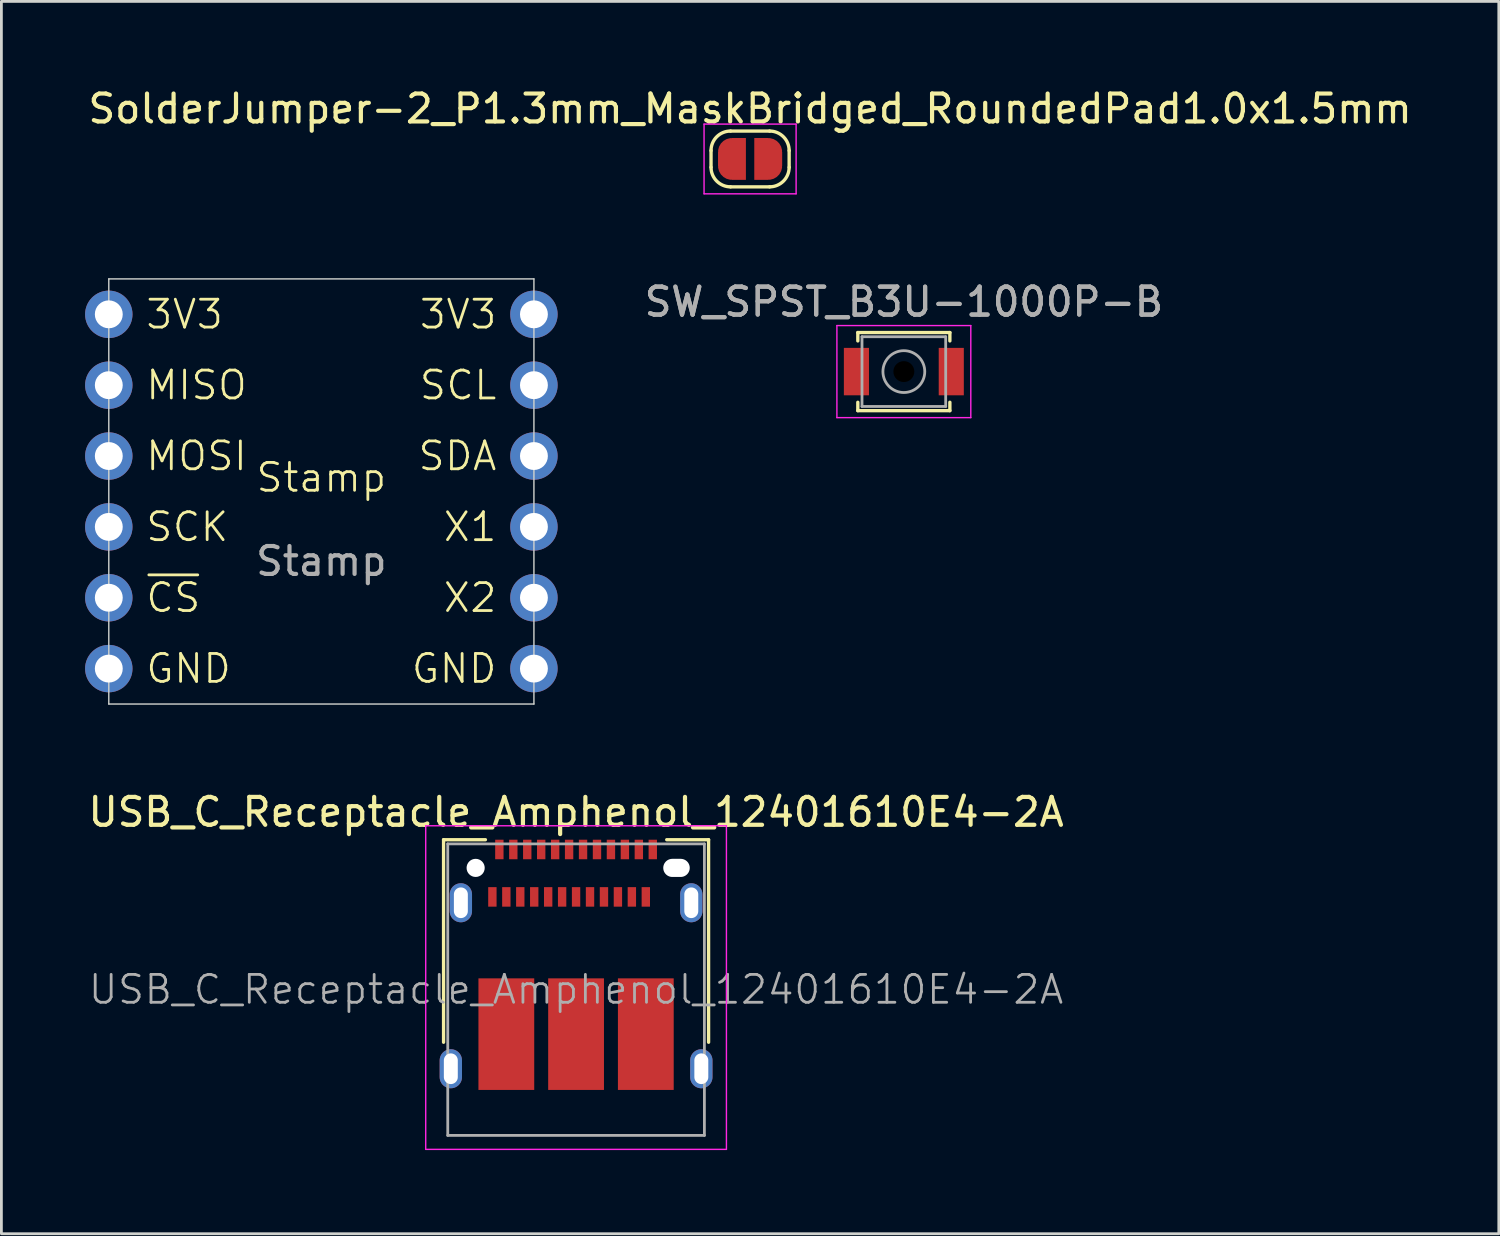
<source format=kicad_pcb>
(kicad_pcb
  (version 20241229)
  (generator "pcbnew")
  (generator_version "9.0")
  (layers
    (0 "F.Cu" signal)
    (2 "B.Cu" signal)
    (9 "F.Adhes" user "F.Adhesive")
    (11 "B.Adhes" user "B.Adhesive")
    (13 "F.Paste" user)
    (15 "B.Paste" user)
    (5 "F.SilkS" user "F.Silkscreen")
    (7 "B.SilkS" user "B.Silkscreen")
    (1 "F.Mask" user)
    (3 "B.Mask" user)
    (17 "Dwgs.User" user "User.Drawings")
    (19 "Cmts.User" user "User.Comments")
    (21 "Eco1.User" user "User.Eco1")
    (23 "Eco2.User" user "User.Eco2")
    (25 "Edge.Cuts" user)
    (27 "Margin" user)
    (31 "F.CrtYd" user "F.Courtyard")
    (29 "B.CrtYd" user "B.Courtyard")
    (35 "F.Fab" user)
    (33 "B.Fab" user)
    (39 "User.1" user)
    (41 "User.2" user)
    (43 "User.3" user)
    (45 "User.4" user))
  (footprint "Stamp"
    (layer "F.Cu")
    (at 8.47 14.568)
    (property "Reference" "Stamp" (at 0 -0.5 0) (unlocked yes) (layer "F.SilkS") (effects (font (size 1 1) (thickness 0.1))))
    (attr smd)
    (fp_line (start -7.62 -7.62) (end -7.62 7.62) (stroke (width 0.05) (type default)) (layer "Edge.Cuts"))
    (fp_line (start -7.62 7.62) (end 7.62 7.62) (stroke (width 0.05) (type default)) (layer "Edge.Cuts"))
    (fp_line (start 7.62 -7.62) (end -7.62 -7.62) (stroke (width 0.05) (type default)) (layer "Edge.Cuts"))
    (fp_line (start 7.62 7.62) (end 7.62 -7.62) (stroke (width 0.05) (type default)) (layer "Edge.Cuts"))
    (fp_text user "GND" (at -6.35 6.35 0) (unlocked yes) (layer "F.SilkS") (effects (font (size 1 1) (thickness 0.1)) (justify left)))
    (fp_text user "MISO" (at -6.35 -3.81 0) (unlocked yes) (layer "F.SilkS") (effects (font (size 1 1) (thickness 0.1)) (justify left)))
    (fp_text user "SCL" (at 6.35 -3.81 0) (unlocked yes) (layer "F.SilkS") (effects (font (size 1 1) (thickness 0.1)) (justify right)))
    (fp_text user "X2" (at 6.35 3.81 0) (unlocked yes) (layer "F.SilkS") (effects (font (size 1 1) (thickness 0.1)) (justify right)))
    (fp_text user "3V3" (at -6.35 -6.35 0) (unlocked yes) (layer "F.SilkS") (effects (font (size 1 1) (thickness 0.1)) (justify left)))
    (fp_text user "~{CS}" (at -6.35 3.81 0) (unlocked yes) (layer "F.SilkS") (effects (font (size 1 1) (thickness 0.1)) (justify left)))
    (fp_text user "SCK" (at -6.35 1.27 0) (unlocked yes) (layer "F.SilkS") (effects (font (size 1 1) (thickness 0.1)) (justify left)))
    (fp_text user "GND" (at 6.35 6.35 0) (unlocked yes) (layer "F.SilkS") (effects (font (size 1 1) (thickness 0.1)) (justify right)))
    (fp_text user "MOSI" (at -6.35 -1.27 0) (unlocked yes) (layer "F.SilkS") (effects (font (size 1 1) (thickness 0.1)) (justify left)))
    (fp_text user "X1" (at 6.35 1.27 0) (unlocked yes) (layer "F.SilkS") (effects (font (size 1 1) (thickness 0.1)) (justify right)))
    (fp_text user "SDA" (at 6.35 -1.27 0) (unlocked yes) (layer "F.SilkS") (effects (font (size 1 1) (thickness 0.1)) (justify right)))
    (fp_text user "3V3" (at 6.35 -6.35 0) (unlocked yes) (layer "F.SilkS") (effects (font (size 1 1) (thickness 0.1)) (justify right)))
    (fp_text user "${REFERENCE}" (at 0 2.5 0) (unlocked yes) (layer "F.Fab") (effects (font (size 1 1) (thickness 0.15))))
    (pad "1" thru_hole circle (at -7.62 -6.35) (size 1.7 1.7) (drill 1) (layers "*.Cu" "*.Mask"))
    (pad "2" thru_hole circle (at -7.62 -3.81) (size 1.7 1.7) (drill 1) (layers "*.Cu" "*.Mask"))
    (pad "3" thru_hole circle (at -7.62 -1.27) (size 1.7 1.7) (drill 1) (layers "*.Cu" "*.Mask"))
    (pad "4" thru_hole circle (at -7.62 1.27) (size 1.7 1.7) (drill 1) (layers "*.Cu" "*.Mask"))
    (pad "5" thru_hole circle (at -7.62 3.81) (size 1.7 1.7) (drill 1) (layers "*.Cu" "*.Mask"))
    (pad "6" thru_hole circle (at -7.62 6.35) (size 1.7 1.7) (drill 1) (layers "*.Cu" "*.Mask"))
    (pad "7" thru_hole circle (at 7.62 6.35) (size 1.7 1.7) (drill 1) (layers "*.Cu" "*.Mask"))
    (pad "8" thru_hole circle (at 7.62 3.81) (size 1.7 1.7) (drill 1) (layers "*.Cu" "*.Mask"))
    (pad "9" thru_hole circle (at 7.62 1.27) (size 1.7 1.7) (drill 1) (layers "*.Cu" "*.Mask"))
    (pad "10" thru_hole circle (at 7.62 -1.27) (size 1.7 1.7) (drill 1) (layers "*.Cu" "*.Mask"))
    (pad "11" thru_hole circle (at 7.62 -3.81) (size 1.7 1.7) (drill 1) (layers "*.Cu" "*.Mask"))
    (pad "12" thru_hole circle (at 7.62 -6.35) (size 1.7 1.7) (drill 1) (layers "*.Cu" "*.Mask")))
  (footprint "USB_C_Receptacle_Amphenol_12401610E4-2A"
    (layer "F.Cu")
    (at 17.601 32.422)
    (property "Reference" "USB_C_Receptacle_Amphenol_12401610E4-2A" (at 0 -6.36 0) (layer "F.SilkS") (effects (font (size 1 1) (thickness 0.15))))
    (attr smd)
    (fp_line (start -4.75 -5.37) (end -4.75 1.89) (stroke (width 0.12) (type solid)) (layer "F.SilkS"))
    (fp_line (start -4.75 -5.37) (end -3.25 -5.37) (stroke (width 0.12) (type solid)) (layer "F.SilkS"))
    (fp_line (start 3.25 -5.37) (end 4.75 -5.37) (stroke (width 0.12) (type solid)) (layer "F.SilkS"))
    (fp_line (start 4.75 -5.37) (end 4.75 1.89) (stroke (width 0.12) (type solid)) (layer "F.SilkS"))
    (fp_line (start -5.39 -5.87) (end 5.39 -5.87) (stroke (width 0.05) (type solid)) (layer "F.CrtYd"))
    (fp_line (start -5.39 5.73) (end -5.39 -5.87) (stroke (width 0.05) (type solid)) (layer "F.CrtYd"))
    (fp_line (start 5.39 -5.87) (end 5.39 5.73) (stroke (width 0.05) (type solid)) (layer "F.CrtYd"))
    (fp_line (start 5.39 5.73) (end -5.39 5.73) (stroke (width 0.05) (type solid)) (layer "F.CrtYd"))
    (fp_line (start -4.6 -5.22) (end 4.6 -5.22) (stroke (width 0.1) (type solid)) (layer "F.Fab"))
    (fp_line (start -4.6 5.23) (end -4.6 -5.22) (stroke (width 0.1) (type solid)) (layer "F.Fab"))
    (fp_line (start -4.6 5.23) (end 4.6 5.23) (stroke (width 0.1) (type solid)) (layer "F.Fab"))
    (fp_line (start 4.6 5.23) (end 4.6 -5.22) (stroke (width 0.1) (type solid)) (layer "F.Fab"))
    (fp_text user "${REFERENCE}" (at 0 0 0) (layer "F.Fab") (effects (font (size 1 1) (thickness 0.1))))
    (pad "" np_thru_hole circle (at -3.6 -4.36) (size 0.65 0.65) (drill 0.65) (layers "*.Cu" "*.Mask"))
    (pad "" np_thru_hole oval (at 3.6 -4.36) (size 0.95 0.65) (drill oval 0.95 0.65) (layers "*.Cu" "*.Mask"))
    (pad "A1" smd rect (at -2.75 -5.02) (size 0.3 0.7) (layers "F.Cu" "F.Mask" "F.Paste"))
    (pad "A2" smd rect (at -2.25 -5.02) (size 0.3 0.7) (layers "F.Cu" "F.Mask" "F.Paste"))
    (pad "A3" smd rect (at -1.75 -5.02) (size 0.3 0.7) (layers "F.Cu" "F.Mask" "F.Paste"))
    (pad "A4" smd rect (at -1.25 -5.02) (size 0.3 0.7) (layers "F.Cu" "F.Mask" "F.Paste"))
    (pad "A5" smd rect (at -0.75 -5.02) (size 0.3 0.7) (layers "F.Cu" "F.Mask" "F.Paste"))
    (pad "A6" smd rect (at -0.25 -5.02) (size 0.3 0.7) (layers "F.Cu" "F.Mask" "F.Paste"))
    (pad "A7" smd rect (at 0.25 -5.02) (size 0.3 0.7) (layers "F.Cu" "F.Mask" "F.Paste"))
    (pad "A8" smd rect (at 0.75 -5.02) (size 0.3 0.7) (layers "F.Cu" "F.Mask" "F.Paste"))
    (pad "A9" smd rect (at 1.25 -5.02) (size 0.3 0.7) (layers "F.Cu" "F.Mask" "F.Paste"))
    (pad "A10" smd rect (at 1.75 -5.02) (size 0.3 0.7) (layers "F.Cu" "F.Mask" "F.Paste"))
    (pad "A11" smd rect (at 2.25 -5.02) (size 0.3 0.7) (layers "F.Cu" "F.Mask" "F.Paste"))
    (pad "A12" smd rect (at 2.75 -5.02) (size 0.3 0.7) (layers "F.Cu" "F.Mask" "F.Paste"))
    (pad "B1" smd rect (at 2.5 -3.32) (size 0.3 0.7) (layers "F.Cu" "F.Mask" "F.Paste"))
    (pad "B2" smd rect (at 2 -3.32) (size 0.3 0.7) (layers "F.Cu" "F.Mask" "F.Paste"))
    (pad "B3" smd rect (at 1.5 -3.32) (size 0.3 0.7) (layers "F.Cu" "F.Mask" "F.Paste"))
    (pad "B4" smd rect (at 1 -3.32) (size 0.3 0.7) (layers "F.Cu" "F.Mask" "F.Paste"))
    (pad "B5" smd rect (at 0.5 -3.32) (size 0.3 0.7) (layers "F.Cu" "F.Mask" "F.Paste"))
    (pad "B6" smd rect (at 0 -3.32) (size 0.3 0.7) (layers "F.Cu" "F.Mask" "F.Paste"))
    (pad "B7" smd rect (at -0.5 -3.32) (size 0.3 0.7) (layers "F.Cu" "F.Mask" "F.Paste"))
    (pad "B8" smd rect (at -1 -3.32) (size 0.3 0.7) (layers "F.Cu" "F.Mask" "F.Paste"))
    (pad "B9" smd rect (at -1.5 -3.32) (size 0.3 0.7) (layers "F.Cu" "F.Mask" "F.Paste"))
    (pad "B10" smd rect (at -2 -3.32) (size 0.3 0.7) (layers "F.Cu" "F.Mask" "F.Paste"))
    (pad "B11" smd rect (at -2.5 -3.32) (size 0.3 0.7) (layers "F.Cu" "F.Mask" "F.Paste"))
    (pad "B12" smd rect (at -3 -3.32) (size 0.3 0.7) (layers "F.Cu" "F.Mask" "F.Paste"))
    (pad "S1" thru_hole oval (at -4.49 2.84) (size 0.8 1.4) (drill oval 0.5 1.1) (layers "*.Cu" "*.Mask"))
    (pad "S1" thru_hole oval (at -4.13 -3.11) (size 0.8 1.4) (drill oval 0.5 1.1) (layers "*.Cu" "*.Mask"))
    (pad "S1" smd rect (at -2.5 1.6) (size 2 4) (layers "F.Cu" "F.Mask" "F.Paste"))
    (pad "S1" smd rect (at 0 1.6) (size 2 4) (layers "F.Cu" "F.Mask" "F.Paste"))
    (pad "S1" smd rect (at 2.5 1.6) (size 2 4) (layers "F.Cu" "F.Mask" "F.Paste"))
    (pad "S1" thru_hole oval (at 4.13 -3.11) (size 0.8 1.4) (drill oval 0.5 1.1) (layers "*.Cu" "*.Mask"))
    (pad "S1" thru_hole oval (at 4.49 2.84) (size 0.8 1.4) (drill oval 0.5 1.1) (layers "*.Cu" "*.Mask")))
  (footprint "SolderJumper-2_P1.3mm_MaskBridged_RoundedPad1.0x1.5mm"
    (layer "F.Cu")
    (at 23.839 2.648)
    (property "Reference" "SolderJumper-2_P1.3mm_MaskBridged_RoundedPad1.0x1.5mm" (at 0 -1.8 0) (layer "F.SilkS") (effects (font (size 1 1) (thickness 0.15))))
    (attr exclude_from_pos_files exclude_from_bom)
    (fp_rect (start -0.15 -0.95) (end 0.15 0.95) (stroke (width 0.0001) (type solid)) (fill yes) (layer "F.Mask"))
    (fp_line (start -1.4 0.3) (end -1.4 -0.3) (stroke (width 0.12) (type solid)) (layer "F.SilkS"))
    (fp_line (start -0.7 -1) (end 0.7 -1) (stroke (width 0.12) (type solid)) (layer "F.SilkS"))
    (fp_line (start 0.7 1) (end -0.7 1) (stroke (width 0.12) (type solid)) (layer "F.SilkS"))
    (fp_line (start 1.4 -0.3) (end 1.4 0.3) (stroke (width 0.12) (type solid)) (layer "F.SilkS"))
    (fp_arc (start -1.4 -0.3) (mid -1.194975 -0.794975) (end -0.7 -1) (stroke (width 0.12) (type solid)) (layer "F.SilkS"))
    (fp_arc (start -0.7 1) (mid -1.194975 0.794975) (end -1.4 0.3) (stroke (width 0.12) (type solid)) (layer "F.SilkS"))
    (fp_arc (start 0.7 -1) (mid 1.194975 -0.794975) (end 1.4 -0.3) (stroke (width 0.12) (type solid)) (layer "F.SilkS"))
    (fp_arc (start 1.4 0.3) (mid 1.194975 0.794975) (end 0.7 1) (stroke (width 0.12) (type solid)) (layer "F.SilkS"))
    (fp_rect (start -0.15 -0.75) (end 0.15 0.75) (stroke (width 0.0001) (type solid)) (fill yes) (layer "F.Paste"))
    (fp_line (start -1.65 -1.25) (end -1.65 1.25) (stroke (width 0.05) (type solid)) (layer "F.CrtYd"))
    (fp_line (start -1.65 -1.25) (end 1.65 -1.25) (stroke (width 0.05) (type solid)) (layer "F.CrtYd"))
    (fp_line (start 1.65 1.25) (end -1.65 1.25) (stroke (width 0.05) (type solid)) (layer "F.CrtYd"))
    (fp_line (start 1.65 1.25) (end 1.65 -1.25) (stroke (width 0.05) (type solid)) (layer "F.CrtYd"))
    (pad "1" smd custom (at -0.65 0) (size 1 0.5) (layers "F.Cu" "F.Mask" "F.Paste") (options (anchor rect)) (primitives (gr_circle (center 0 0.25) (end 0.5 0.25) (width 0) (fill yes)) (gr_circle (center 0 -0.25) (end 0.5 -0.25) (width 0) (fill yes)) (gr_poly (pts (xy 0.5 0.75) (xy 0 0.75) (xy 0 -0.75) (xy 0.5 -0.75)) (width 0) (fill yes))))
    (pad "2" smd custom (at 0.65 0) (size 1 0.5) (layers "F.Cu" "F.Mask" "F.Paste") (options (anchor rect)) (primitives (gr_circle (center 0 0.25) (end 0.5 0.25) (width 0) (fill yes)) (gr_circle (center 0 -0.25) (end 0.5 -0.25) (width 0) (fill yes)) (gr_poly (pts (xy 0 0.75) (xy -0.5 0.75) (xy -0.5 -0.75) (xy 0 -0.75)) (width 0) (fill yes)))))
  (footprint "SW_SPST_B3U-1000P-B"
    (layer "F.Cu")
    (at 29.351 10.271)
    (property "Reference" "SW_SPST_B3U-1000P-B" (at 0 -2.5 0) (layer "F.Fab") (effects (font (size 1 1) (thickness 0.15))))
    (attr smd)
    (fp_line (start -1.65 -1.4) (end 1.65 -1.4) (stroke (width 0.12) (type solid)) (layer "F.SilkS"))
    (fp_line (start -1.65 -1.1) (end -1.65 -1.4) (stroke (width 0.12) (type solid)) (layer "F.SilkS"))
    (fp_line (start -1.65 1.1) (end -1.65 1.4) (stroke (width 0.12) (type solid)) (layer "F.SilkS"))
    (fp_line (start -1.65 1.4) (end 1.65 1.4) (stroke (width 0.12) (type solid)) (layer "F.SilkS"))
    (fp_line (start 1.65 -1.4) (end 1.65 -1.1) (stroke (width 0.12) (type solid)) (layer "F.SilkS"))
    (fp_line (start 1.65 1.4) (end 1.65 1.1) (stroke (width 0.12) (type solid)) (layer "F.SilkS"))
    (fp_line (start -2.4 -1.65) (end -2.4 1.65) (stroke (width 0.05) (type solid)) (layer "F.CrtYd"))
    (fp_line (start -2.4 1.65) (end 2.4 1.65) (stroke (width 0.05) (type solid)) (layer "F.CrtYd"))
    (fp_line (start 2.4 -1.65) (end -2.4 -1.65) (stroke (width 0.05) (type solid)) (layer "F.CrtYd"))
    (fp_line (start 2.4 1.65) (end 2.4 -1.65) (stroke (width 0.05) (type solid)) (layer "F.CrtYd"))
    (fp_line (start -1.5 -1.25) (end 1.5 -1.25) (stroke (width 0.1) (type solid)) (layer "F.Fab"))
    (fp_line (start -1.5 1.25) (end -1.5 -1.25) (stroke (width 0.1) (type solid)) (layer "F.Fab"))
    (fp_line (start 1.5 -1.25) (end 1.5 1.25) (stroke (width 0.1) (type solid)) (layer "F.Fab"))
    (fp_line (start 1.5 1.25) (end -1.5 1.25) (stroke (width 0.1) (type solid)) (layer "F.Fab"))
    (fp_circle (center 0 0) (end 0.75 0) (stroke (width 0.1) (type solid)) (fill no) (layer "F.Fab"))
    (fp_text user "${REFERENCE}" (at 0 -2.5 0) (layer "F.Fab") (effects (font (size 1 1) (thickness 0.15))))
    (pad "" np_thru_hole circle (at 0 0) (size 0.75 0.75) (drill 0.75) (layers "*.Mask"))
    (pad "1" smd rect (at -1.7 0) (size 0.9 1.7) (layers "F.Cu" "F.Mask" "F.Paste"))
    (pad "2" smd rect (at 1.7 0) (size 0.9 1.7) (layers "F.Cu" "F.Mask" "F.Paste")))
  (gr_rect
    (start -3 -3)
    (end 50.679 41.176)
    (stroke (width 0.1) (type default))
    (fill no)
    (layer "Edge.Cuts")))
</source>
